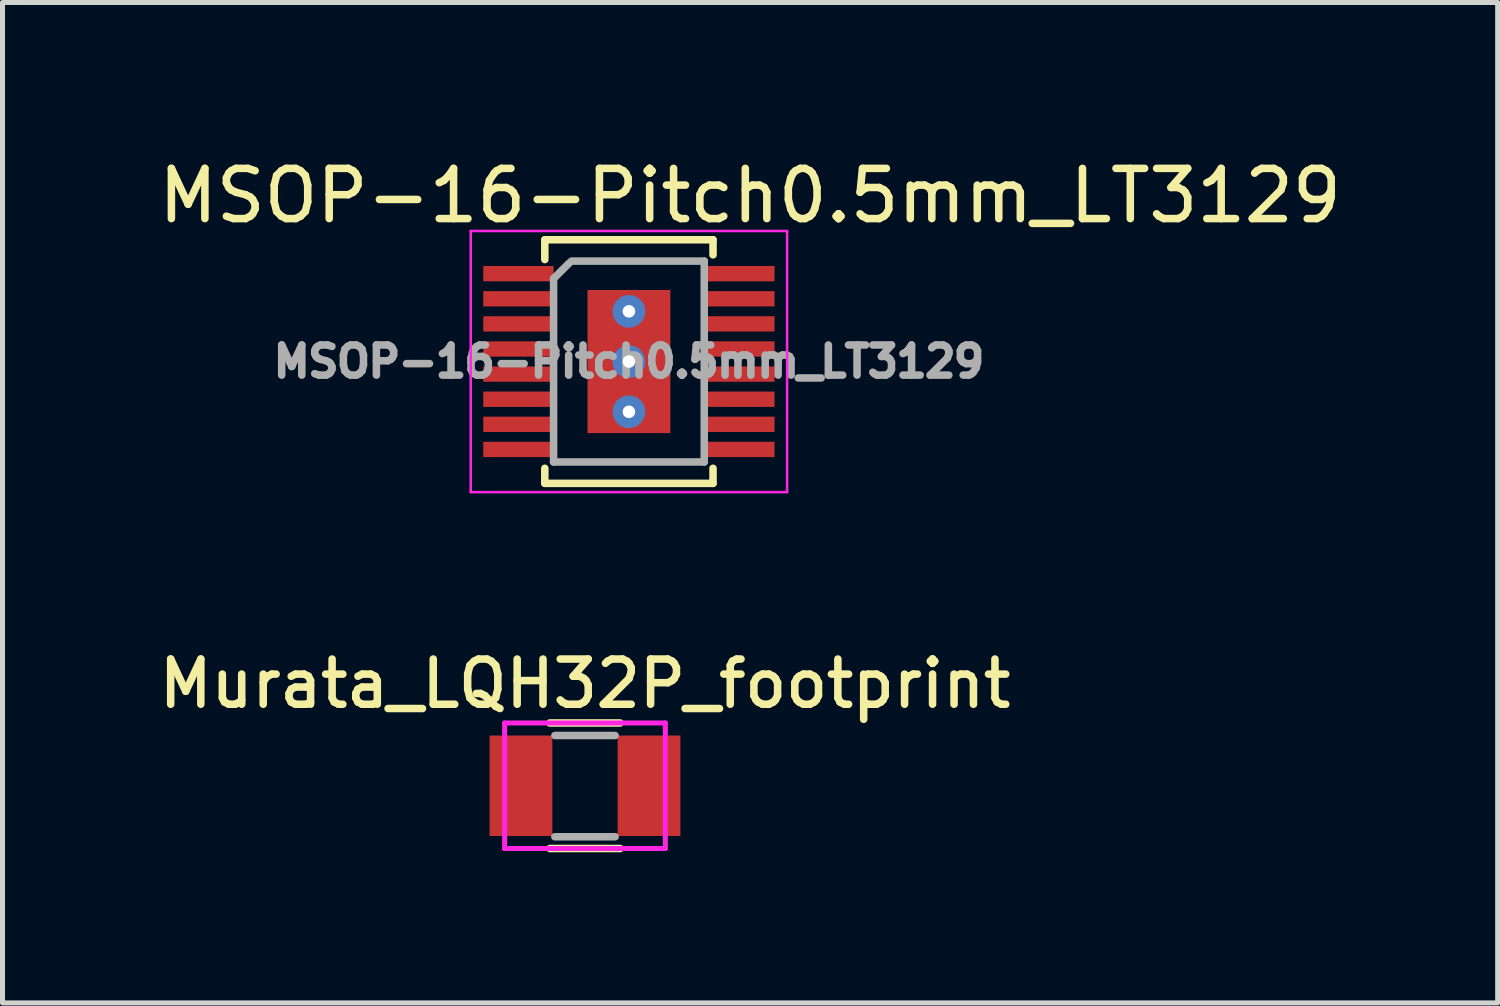
<source format=kicad_pcb>
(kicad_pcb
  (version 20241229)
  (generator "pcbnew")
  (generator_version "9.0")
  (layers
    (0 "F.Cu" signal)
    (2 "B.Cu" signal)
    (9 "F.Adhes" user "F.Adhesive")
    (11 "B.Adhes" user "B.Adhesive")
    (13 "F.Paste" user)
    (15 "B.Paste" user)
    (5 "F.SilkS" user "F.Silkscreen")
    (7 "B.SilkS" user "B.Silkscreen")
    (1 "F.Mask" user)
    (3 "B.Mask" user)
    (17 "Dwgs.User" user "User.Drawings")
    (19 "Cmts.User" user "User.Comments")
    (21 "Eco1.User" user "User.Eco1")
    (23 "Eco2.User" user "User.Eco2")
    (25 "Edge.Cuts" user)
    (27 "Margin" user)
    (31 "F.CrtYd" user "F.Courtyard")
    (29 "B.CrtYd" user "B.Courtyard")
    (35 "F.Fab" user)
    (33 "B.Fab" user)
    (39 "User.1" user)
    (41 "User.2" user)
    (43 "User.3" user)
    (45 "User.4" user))
  (footprint "Murata_LQH32P_footprint"
    (layer "F.Cu")
    (at 8.599 12.597)
    (property "Reference" "Murata_LQH32P_footprint" (at 0 -2.032 0) (layer "F.SilkS") (effects (font (size 0.9 0.9) (thickness 0.15))))
    (attr through_hole)
    (fp_line (start -0.7 -1.25) (end 0.7 -1.25) (stroke (width 0.15) (type solid)) (layer "F.SilkS"))
    (fp_line (start -0.7 1.25) (end 0.7 1.25) (stroke (width 0.15) (type solid)) (layer "F.SilkS"))
    (fp_line (start -1.6 -1.25) (end 1.6 -1.25) (stroke (width 0.1) (type solid)) (layer "F.CrtYd"))
    (fp_line (start -1.6 1.25) (end -1.6 -1.25) (stroke (width 0.1) (type solid)) (layer "F.CrtYd"))
    (fp_line (start -1.6 1.25) (end 1.6 1.25) (stroke (width 0.1) (type solid)) (layer "F.CrtYd"))
    (fp_line (start 1.6 1.25) (end 1.6 -1.25) (stroke (width 0.1) (type solid)) (layer "F.CrtYd"))
    (fp_line (start -0.6 -1) (end 0.6 -1) (stroke (width 0.15) (type solid)) (layer "F.Fab"))
    (fp_line (start -0.6 1.016) (end 0.6 1.016) (stroke (width 0.15) (type solid)) (layer "F.Fab"))
    (pad "1" smd rect (at -1.275 0) (size 1.25 2) (layers "F.Cu" "F.Mask" "F.Paste"))
    (pad "2" smd rect (at 1.275 0) (size 1.25 2) (layers "F.Cu" "F.Mask" "F.Paste")))
  (footprint "MSOP-16-Pitch0.5mm_LT3129"
    (layer "F.Cu")
    (at 9.474 4.15)
    (property "Reference" "MSOP-16-Pitch0.5mm_LT3129" (at 2.413 -3.302 180) (layer "F.SilkS") (effects (font (size 1 1) (thickness 0.15))))
    (attr smd)
    (fp_line (start -1.675 -2.425) (end -1.675 -2.031) (stroke (width 0.15) (type solid)) (layer "F.SilkS"))
    (fp_line (start -1.675 -2.425) (end 1.675 -2.425) (stroke (width 0.15) (type solid)) (layer "F.SilkS"))
    (fp_line (start -1.675 2.425) (end -1.675 2.125) (stroke (width 0.15) (type solid)) (layer "F.SilkS"))
    (fp_line (start -1.675 2.425) (end 1.675 2.425) (stroke (width 0.15) (type solid)) (layer "F.SilkS"))
    (fp_line (start 1.675 -2.425) (end 1.675 -2.125) (stroke (width 0.15) (type solid)) (layer "F.SilkS"))
    (fp_line (start 1.675 2.425) (end 1.675 2.125) (stroke (width 0.15) (type solid)) (layer "F.SilkS"))
    (fp_line (start -3.15 -2.6) (end -3.15 2.6) (stroke (width 0.05) (type solid)) (layer "F.CrtYd"))
    (fp_line (start -3.15 -2.6) (end 3.15 -2.6) (stroke (width 0.05) (type solid)) (layer "F.CrtYd"))
    (fp_line (start -3.15 2.6) (end 3.15 2.6) (stroke (width 0.05) (type solid)) (layer "F.CrtYd"))
    (fp_line (start 3.15 -2.6) (end 3.15 2.6) (stroke (width 0.05) (type solid)) (layer "F.CrtYd"))
    (fp_line (start -1.5 -1.651) (end -1.19 -1.961) (stroke (width 0.15) (type solid)) (layer "F.Fab"))
    (fp_line (start -1.5 2) (end -1.5 -1.651) (stroke (width 0.15) (type solid)) (layer "F.Fab"))
    (fp_line (start -1.143 -2) (end 1.5 -2) (stroke (width 0.15) (type solid)) (layer "F.Fab"))
    (fp_line (start 1.5 -2) (end 1.5 2) (stroke (width 0.15) (type solid)) (layer "F.Fab"))
    (fp_line (start 1.5 2) (end -1.5 2) (stroke (width 0.15) (type solid)) (layer "F.Fab"))
    (fp_text user "${REFERENCE}" (at 0 0 0) (layer "F.Fab") (effects (font (size 0.6 0.6) (thickness 0.15))))
    (pad "1" smd rect (at -2.2 -1.75) (size 1.4 0.305) (layers "F.Cu" "F.Mask" "F.Paste"))
    (pad "2" smd rect (at -2.2 -1.25) (size 1.4 0.305) (layers "F.Cu" "F.Mask" "F.Paste"))
    (pad "3" smd rect (at -2.2 -0.75) (size 1.4 0.305) (layers "F.Cu" "F.Mask" "F.Paste"))
    (pad "4" smd rect (at -2.2 -0.25) (size 1.4 0.305) (layers "F.Cu" "F.Mask" "F.Paste"))
    (pad "5" smd rect (at -2.2 0.25) (size 1.4 0.305) (layers "F.Cu" "F.Mask" "F.Paste"))
    (pad "6" smd rect (at -2.2 0.75) (size 1.4 0.305) (layers "F.Cu" "F.Mask" "F.Paste"))
    (pad "7" smd rect (at -2.2 1.25) (size 1.4 0.305) (layers "F.Cu" "F.Mask" "F.Paste"))
    (pad "8" smd rect (at -2.2 1.75) (size 1.4 0.305) (layers "F.Cu" "F.Mask" "F.Paste"))
    (pad "9" smd rect (at 2.2 1.75) (size 1.4 0.305) (layers "F.Cu" "F.Mask" "F.Paste"))
    (pad "10" smd rect (at 2.2 1.25) (size 1.4 0.305) (layers "F.Cu" "F.Mask" "F.Paste"))
    (pad "11" smd rect (at 2.2 0.75) (size 1.4 0.305) (layers "F.Cu" "F.Mask" "F.Paste"))
    (pad "12" smd rect (at 2.2 0.25) (size 1.4 0.305) (layers "F.Cu" "F.Mask" "F.Paste"))
    (pad "13" smd rect (at 2.2 -0.25) (size 1.4 0.305) (layers "F.Cu" "F.Mask" "F.Paste"))
    (pad "14" smd rect (at 2.2 -0.75) (size 1.4 0.305) (layers "F.Cu" "F.Mask" "F.Paste"))
    (pad "15" smd rect (at 2.2 -1.25) (size 1.4 0.305) (layers "F.Cu" "F.Mask" "F.Paste"))
    (pad "16" smd rect (at 2.2 -1.75) (size 1.4 0.305) (layers "F.Cu" "F.Mask" "F.Paste"))
    (pad "17" thru_hole circle (at 0 -1) (size 0.65 0.65) (drill 0.25) (layers "*.Cu" "*.Paste" "*.Mask"))
    (pad "17" thru_hole circle (at 0 0) (size 0.65 0.65) (drill 0.25) (layers "*.Cu" "*.Paste" "*.Mask"))
    (pad "17" smd rect (at 0 0) (size 1.65 2.85) (layers "F.Cu" "F.Mask" "F.Paste"))
    (pad "17" thru_hole circle (at 0 1) (size 0.65 0.65) (drill 0.25) (layers "*.Cu" "*.Paste" "*.Mask")))
  (gr_rect
    (start -3 -3)
    (end 26.774 16.922)
    (stroke (width 0.1) (type default))
    (fill no)
    (layer "Edge.Cuts")))
</source>
